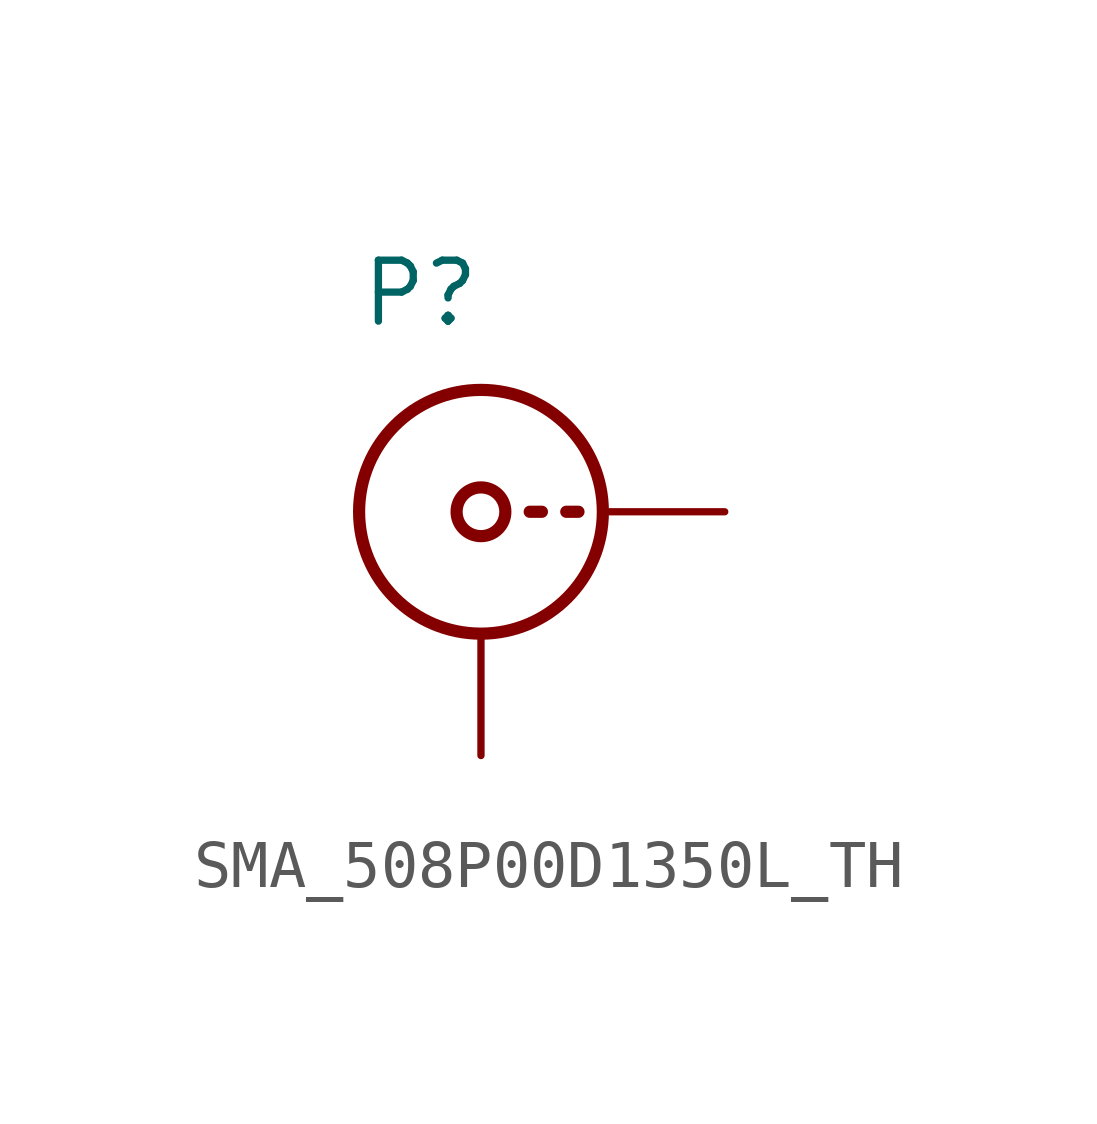
<source format=kicad_sym>
(kicad_symbol_lib
  (version 20231120)
  (generator "kicad_symbol_editor")
  (generator_version "7.99")
  (symbol "SMA_508P00D1350L_TH"
    (pin_numbers hide)
    (pin_names
      (offset 1.016) hide)
    (property "Reference" "P"
      (at -2.54 3.81 0)
      (effects (font (size 1.27 1.27)) (justify left bottom)))
    (symbol "SMA_508P00D1350L_TH_1_1"
      (polyline (pts (xy 1.016 0) (xy 1.27 0)) (stroke (width 0.254) (type solid)) (fill (type none)))
      (polyline (pts (xy 1.778 0) (xy 2.032 0)) (stroke (width 0.254) (type solid)) (fill (type none)))
      (circle (center 0 0) (radius 0.508) (stroke (width 0.254) (type solid)) (fill (type none)))
      (circle (center 0 0) (radius 2.54) (stroke (width 0.254) (type solid)) (fill (type none)))
      (pin passive line (at 5.08 0 180) (length 2.54) (name "1" (effects (font (size 1.27 1.27)))) (number "1" (effects (font (size 1.27 1.27)))))
      (pin passive line (at 0 -5.08 90) (length 2.54) (name "2" (effects (font (size 1.27 1.27)))) (number "2" (effects (font (size 1.27 1.27))))))))
</source>
